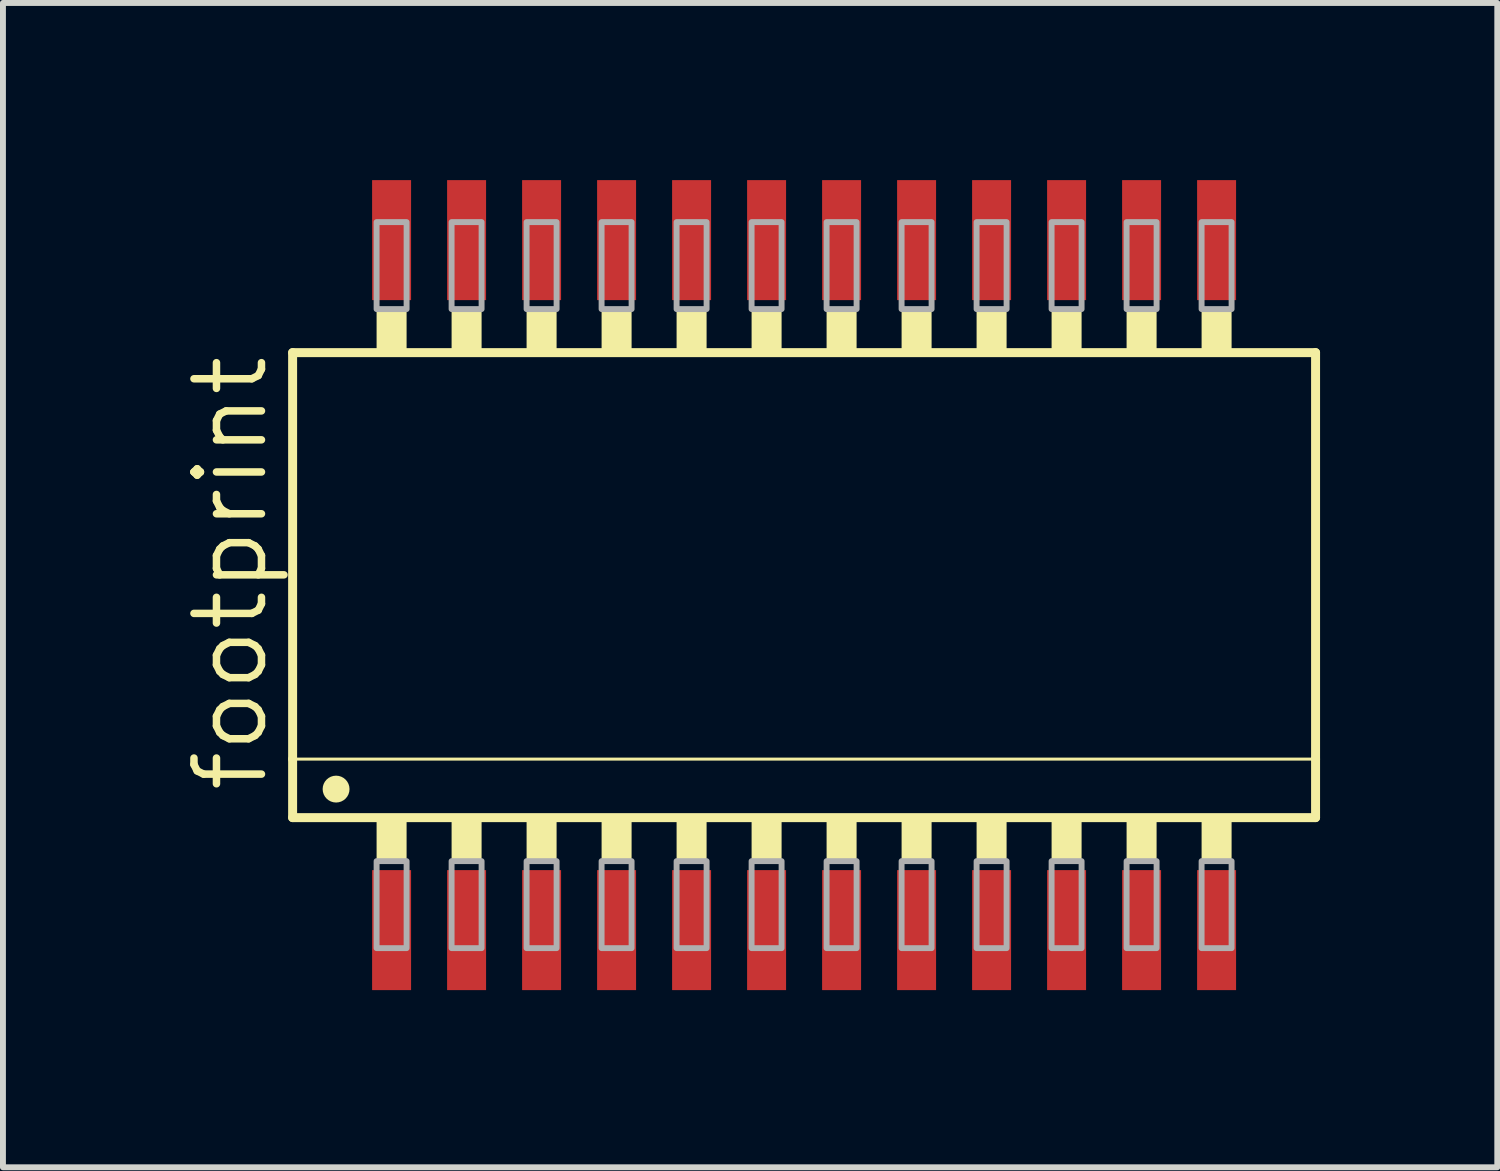
<source format=kicad_pcb>
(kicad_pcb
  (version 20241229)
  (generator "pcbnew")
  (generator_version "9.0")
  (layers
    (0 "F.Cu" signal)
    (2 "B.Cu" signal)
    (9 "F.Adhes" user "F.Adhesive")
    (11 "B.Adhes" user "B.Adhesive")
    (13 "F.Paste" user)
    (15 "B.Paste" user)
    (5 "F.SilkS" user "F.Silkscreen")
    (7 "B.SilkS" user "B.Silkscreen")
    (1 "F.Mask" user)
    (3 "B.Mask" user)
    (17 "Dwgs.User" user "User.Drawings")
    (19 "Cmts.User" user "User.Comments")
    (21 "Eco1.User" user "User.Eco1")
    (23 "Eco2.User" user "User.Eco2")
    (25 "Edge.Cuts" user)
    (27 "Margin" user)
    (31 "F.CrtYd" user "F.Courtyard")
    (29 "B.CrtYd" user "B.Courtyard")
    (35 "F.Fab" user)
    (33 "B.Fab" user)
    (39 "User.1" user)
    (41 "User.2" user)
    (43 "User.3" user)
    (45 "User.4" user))
  (footprint "footprint"
    (layer "F.Cu")
    (at 10.566 6.858)
    (property "Reference" "footprint" (at -9.042 3.556 90) (layer "F.SilkS") (effects (font (size 1.143 1.143) (thickness 0.127)) (justify left bottom)))
    (fp_line (start -8.661 -3.937) (end -8.661 2.946) (stroke (width 0.152) (type solid)) (layer "F.SilkS"))
    (fp_line (start -8.661 2.946) (end -8.661 3.937) (stroke (width 0.152) (type solid)) (layer "F.SilkS"))
    (fp_line (start -8.661 2.946) (end 8.661 2.946) (stroke (width 0.051) (type solid)) (layer "F.SilkS"))
    (fp_line (start -8.661 3.937) (end 8.661 3.937) (stroke (width 0.152) (type solid)) (layer "F.SilkS"))
    (fp_line (start 8.661 -3.937) (end -8.661 -3.937) (stroke (width 0.152) (type solid)) (layer "F.SilkS"))
    (fp_line (start 8.661 2.946) (end 8.661 -3.937) (stroke (width 0.152) (type solid)) (layer "F.SilkS"))
    (fp_line (start 8.661 3.937) (end 8.661 2.946) (stroke (width 0.152) (type solid)) (layer "F.SilkS"))
    (fp_circle (center -7.925 3.454) (end -7.811 3.454) (stroke (width 0.227) (type solid)) (fill yes) (layer "F.SilkS"))
    (fp_poly (pts (xy -7.239 -3.937) (xy -6.731 -3.937) (xy -6.731 -4.674) (xy -7.239 -4.674)) (stroke (width 0) (type solid)) (fill yes) (layer "F.SilkS"))
    (fp_poly (pts (xy -7.239 4.674) (xy -6.731 4.674) (xy -6.731 3.937) (xy -7.239 3.937)) (stroke (width 0) (type solid)) (fill yes) (layer "F.SilkS"))
    (fp_poly (pts (xy -5.969 -3.937) (xy -5.461 -3.937) (xy -5.461 -4.674) (xy -5.969 -4.674)) (stroke (width 0) (type solid)) (fill yes) (layer "F.SilkS"))
    (fp_poly (pts (xy -5.969 4.674) (xy -5.461 4.674) (xy -5.461 3.937) (xy -5.969 3.937)) (stroke (width 0) (type solid)) (fill yes) (layer "F.SilkS"))
    (fp_poly (pts (xy -4.699 -3.937) (xy -4.191 -3.937) (xy -4.191 -4.674) (xy -4.699 -4.674)) (stroke (width 0) (type solid)) (fill yes) (layer "F.SilkS"))
    (fp_poly (pts (xy -4.699 4.674) (xy -4.191 4.674) (xy -4.191 3.937) (xy -4.699 3.937)) (stroke (width 0) (type solid)) (fill yes) (layer "F.SilkS"))
    (fp_poly (pts (xy -3.429 -3.937) (xy -2.921 -3.937) (xy -2.921 -4.674) (xy -3.429 -4.674)) (stroke (width 0) (type solid)) (fill yes) (layer "F.SilkS"))
    (fp_poly (pts (xy -3.429 4.674) (xy -2.921 4.674) (xy -2.921 3.937) (xy -3.429 3.937)) (stroke (width 0) (type solid)) (fill yes) (layer "F.SilkS"))
    (fp_poly (pts (xy -2.159 -3.937) (xy -1.651 -3.937) (xy -1.651 -4.674) (xy -2.159 -4.674)) (stroke (width 0) (type solid)) (fill yes) (layer "F.SilkS"))
    (fp_poly (pts (xy -2.159 4.674) (xy -1.651 4.674) (xy -1.651 3.937) (xy -2.159 3.937)) (stroke (width 0) (type solid)) (fill yes) (layer "F.SilkS"))
    (fp_poly (pts (xy -0.889 -3.937) (xy -0.381 -3.937) (xy -0.381 -4.674) (xy -0.889 -4.674)) (stroke (width 0) (type solid)) (fill yes) (layer "F.SilkS"))
    (fp_poly (pts (xy -0.889 4.674) (xy -0.381 4.674) (xy -0.381 3.937) (xy -0.889 3.937)) (stroke (width 0) (type solid)) (fill yes) (layer "F.SilkS"))
    (fp_poly (pts (xy 0.381 -3.937) (xy 0.889 -3.937) (xy 0.889 -4.674) (xy 0.381 -4.674)) (stroke (width 0) (type solid)) (fill yes) (layer "F.SilkS"))
    (fp_poly (pts (xy 0.381 4.674) (xy 0.889 4.674) (xy 0.889 3.937) (xy 0.381 3.937)) (stroke (width 0) (type solid)) (fill yes) (layer "F.SilkS"))
    (fp_poly (pts (xy 1.651 -3.937) (xy 2.159 -3.937) (xy 2.159 -4.674) (xy 1.651 -4.674)) (stroke (width 0) (type solid)) (fill yes) (layer "F.SilkS"))
    (fp_poly (pts (xy 1.651 4.674) (xy 2.159 4.674) (xy 2.159 3.937) (xy 1.651 3.937)) (stroke (width 0) (type solid)) (fill yes) (layer "F.SilkS"))
    (fp_poly (pts (xy 2.921 -3.937) (xy 3.429 -3.937) (xy 3.429 -4.674) (xy 2.921 -4.674)) (stroke (width 0) (type solid)) (fill yes) (layer "F.SilkS"))
    (fp_poly (pts (xy 2.921 4.674) (xy 3.429 4.674) (xy 3.429 3.937) (xy 2.921 3.937)) (stroke (width 0) (type solid)) (fill yes) (layer "F.SilkS"))
    (fp_poly (pts (xy 4.191 -3.937) (xy 4.699 -3.937) (xy 4.699 -4.674) (xy 4.191 -4.674)) (stroke (width 0) (type solid)) (fill yes) (layer "F.SilkS"))
    (fp_poly (pts (xy 4.191 4.674) (xy 4.699 4.674) (xy 4.699 3.937) (xy 4.191 3.937)) (stroke (width 0) (type solid)) (fill yes) (layer "F.SilkS"))
    (fp_poly (pts (xy 5.461 -3.937) (xy 5.969 -3.937) (xy 5.969 -4.674) (xy 5.461 -4.674)) (stroke (width 0) (type solid)) (fill yes) (layer "F.SilkS"))
    (fp_poly (pts (xy 5.461 4.674) (xy 5.969 4.674) (xy 5.969 3.937) (xy 5.461 3.937)) (stroke (width 0) (type solid)) (fill yes) (layer "F.SilkS"))
    (fp_poly (pts (xy 6.731 -3.937) (xy 7.239 -3.937) (xy 7.239 -4.674) (xy 6.731 -4.674)) (stroke (width 0) (type solid)) (fill yes) (layer "F.SilkS"))
    (fp_poly (pts (xy 6.731 4.674) (xy 7.239 4.674) (xy 7.239 3.937) (xy 6.731 3.937)) (stroke (width 0) (type solid)) (fill yes) (layer "F.SilkS"))
    (fp_poly (pts (xy -7.239 -4.674) (xy -6.731 -4.674) (xy -6.731 -6.147) (xy -7.239 -6.147)) (stroke (width 0.1) (type solid)) (fill no) (layer "F.Fab"))
    (fp_poly (pts (xy -7.239 6.147) (xy -6.731 6.147) (xy -6.731 4.674) (xy -7.239 4.674)) (stroke (width 0.1) (type solid)) (fill no) (layer "F.Fab"))
    (fp_poly (pts (xy -5.969 -4.674) (xy -5.461 -4.674) (xy -5.461 -6.147) (xy -5.969 -6.147)) (stroke (width 0.1) (type solid)) (fill no) (layer "F.Fab"))
    (fp_poly (pts (xy -5.969 6.147) (xy -5.461 6.147) (xy -5.461 4.674) (xy -5.969 4.674)) (stroke (width 0.1) (type solid)) (fill no) (layer "F.Fab"))
    (fp_poly (pts (xy -4.699 -4.674) (xy -4.191 -4.674) (xy -4.191 -6.147) (xy -4.699 -6.147)) (stroke (width 0.1) (type solid)) (fill no) (layer "F.Fab"))
    (fp_poly (pts (xy -4.699 6.147) (xy -4.191 6.147) (xy -4.191 4.674) (xy -4.699 4.674)) (stroke (width 0.1) (type solid)) (fill no) (layer "F.Fab"))
    (fp_poly (pts (xy -3.429 -4.674) (xy -2.921 -4.674) (xy -2.921 -6.147) (xy -3.429 -6.147)) (stroke (width 0.1) (type solid)) (fill no) (layer "F.Fab"))
    (fp_poly (pts (xy -3.429 6.147) (xy -2.921 6.147) (xy -2.921 4.674) (xy -3.429 4.674)) (stroke (width 0.1) (type solid)) (fill no) (layer "F.Fab"))
    (fp_poly (pts (xy -2.159 -4.674) (xy -1.651 -4.674) (xy -1.651 -6.147) (xy -2.159 -6.147)) (stroke (width 0.1) (type solid)) (fill no) (layer "F.Fab"))
    (fp_poly (pts (xy -2.159 6.147) (xy -1.651 6.147) (xy -1.651 4.674) (xy -2.159 4.674)) (stroke (width 0.1) (type solid)) (fill no) (layer "F.Fab"))
    (fp_poly (pts (xy -0.889 -4.674) (xy -0.381 -4.674) (xy -0.381 -6.147) (xy -0.889 -6.147)) (stroke (width 0.1) (type solid)) (fill no) (layer "F.Fab"))
    (fp_poly (pts (xy -0.889 6.147) (xy -0.381 6.147) (xy -0.381 4.674) (xy -0.889 4.674)) (stroke (width 0.1) (type solid)) (fill no) (layer "F.Fab"))
    (fp_poly (pts (xy 0.381 -4.674) (xy 0.889 -4.674) (xy 0.889 -6.147) (xy 0.381 -6.147)) (stroke (width 0.1) (type solid)) (fill no) (layer "F.Fab"))
    (fp_poly (pts (xy 0.381 6.147) (xy 0.889 6.147) (xy 0.889 4.674) (xy 0.381 4.674)) (stroke (width 0.1) (type solid)) (fill no) (layer "F.Fab"))
    (fp_poly (pts (xy 1.651 -4.674) (xy 2.159 -4.674) (xy 2.159 -6.147) (xy 1.651 -6.147)) (stroke (width 0.1) (type solid)) (fill no) (layer "F.Fab"))
    (fp_poly (pts (xy 1.651 6.147) (xy 2.159 6.147) (xy 2.159 4.674) (xy 1.651 4.674)) (stroke (width 0.1) (type solid)) (fill no) (layer "F.Fab"))
    (fp_poly (pts (xy 2.921 -4.674) (xy 3.429 -4.674) (xy 3.429 -6.147) (xy 2.921 -6.147)) (stroke (width 0.1) (type solid)) (fill no) (layer "F.Fab"))
    (fp_poly (pts (xy 2.921 6.147) (xy 3.429 6.147) (xy 3.429 4.674) (xy 2.921 4.674)) (stroke (width 0.1) (type solid)) (fill no) (layer "F.Fab"))
    (fp_poly (pts (xy 4.191 -4.674) (xy 4.699 -4.674) (xy 4.699 -6.147) (xy 4.191 -6.147)) (stroke (width 0.1) (type solid)) (fill no) (layer "F.Fab"))
    (fp_poly (pts (xy 4.191 6.147) (xy 4.699 6.147) (xy 4.699 4.674) (xy 4.191 4.674)) (stroke (width 0.1) (type solid)) (fill no) (layer "F.Fab"))
    (fp_poly (pts (xy 5.461 -4.674) (xy 5.969 -4.674) (xy 5.969 -6.147) (xy 5.461 -6.147)) (stroke (width 0.1) (type solid)) (fill no) (layer "F.Fab"))
    (fp_poly (pts (xy 5.461 6.147) (xy 5.969 6.147) (xy 5.969 4.674) (xy 5.461 4.674)) (stroke (width 0.1) (type solid)) (fill no) (layer "F.Fab"))
    (fp_poly (pts (xy 6.731 -4.674) (xy 7.239 -4.674) (xy 7.239 -6.147) (xy 6.731 -6.147)) (stroke (width 0.1) (type solid)) (fill no) (layer "F.Fab"))
    (fp_poly (pts (xy 6.731 6.147) (xy 7.239 6.147) (xy 7.239 4.674) (xy 6.731 4.674)) (stroke (width 0.1) (type solid)) (fill no) (layer "F.Fab"))
    (pad "1" smd rect (at -6.985 5.842) (size 0.66 2.032) (layers "F.Cu" "F.Mask" "F.Paste"))
    (pad "2" smd rect (at -5.715 5.842) (size 0.66 2.032) (layers "F.Cu" "F.Mask" "F.Paste"))
    (pad "3" smd rect (at -4.445 5.842) (size 0.66 2.032) (layers "F.Cu" "F.Mask" "F.Paste"))
    (pad "4" smd rect (at -3.175 5.842) (size 0.66 2.032) (layers "F.Cu" "F.Mask" "F.Paste"))
    (pad "5" smd rect (at -1.905 5.842) (size 0.66 2.032) (layers "F.Cu" "F.Mask" "F.Paste"))
    (pad "6" smd rect (at -0.635 5.842) (size 0.66 2.032) (layers "F.Cu" "F.Mask" "F.Paste"))
    (pad "7" smd rect (at 0.635 5.842) (size 0.66 2.032) (layers "F.Cu" "F.Mask" "F.Paste"))
    (pad "8" smd rect (at 1.905 5.842) (size 0.66 2.032) (layers "F.Cu" "F.Mask" "F.Paste"))
    (pad "9" smd rect (at 3.175 5.842) (size 0.66 2.032) (layers "F.Cu" "F.Mask" "F.Paste"))
    (pad "10" smd rect (at 4.445 5.842) (size 0.66 2.032) (layers "F.Cu" "F.Mask" "F.Paste"))
    (pad "11" smd rect (at 5.715 5.842) (size 0.66 2.032) (layers "F.Cu" "F.Mask" "F.Paste"))
    (pad "12" smd rect (at 6.985 5.842) (size 0.66 2.032) (layers "F.Cu" "F.Mask" "F.Paste"))
    (pad "13" smd rect (at 6.985 -5.842) (size 0.66 2.032) (layers "F.Cu" "F.Mask" "F.Paste"))
    (pad "14" smd rect (at 5.715 -5.842) (size 0.66 2.032) (layers "F.Cu" "F.Mask" "F.Paste"))
    (pad "15" smd rect (at 4.445 -5.842) (size 0.66 2.032) (layers "F.Cu" "F.Mask" "F.Paste"))
    (pad "16" smd rect (at 3.175 -5.842) (size 0.66 2.032) (layers "F.Cu" "F.Mask" "F.Paste"))
    (pad "17" smd rect (at 1.905 -5.842) (size 0.66 2.032) (layers "F.Cu" "F.Mask" "F.Paste"))
    (pad "18" smd rect (at 0.635 -5.842) (size 0.66 2.032) (layers "F.Cu" "F.Mask" "F.Paste"))
    (pad "19" smd rect (at -0.635 -5.842) (size 0.66 2.032) (layers "F.Cu" "F.Mask" "F.Paste"))
    (pad "20" smd rect (at -1.905 -5.842) (size 0.66 2.032) (layers "F.Cu" "F.Mask" "F.Paste"))
    (pad "21" smd rect (at -3.175 -5.842) (size 0.66 2.032) (layers "F.Cu" "F.Mask" "F.Paste"))
    (pad "22" smd rect (at -4.445 -5.842) (size 0.66 2.032) (layers "F.Cu" "F.Mask" "F.Paste"))
    (pad "23" smd rect (at -5.715 -5.842) (size 0.66 2.032) (layers "F.Cu" "F.Mask" "F.Paste"))
    (pad "24" smd rect (at -6.985 -5.842) (size 0.66 2.032) (layers "F.Cu" "F.Mask" "F.Paste")))
  (gr_rect
    (start -3 -3)
    (end 22.304 16.716)
    (stroke (width 0.1) (type default))
    (fill no)
    (layer "Edge.Cuts")))
</source>
